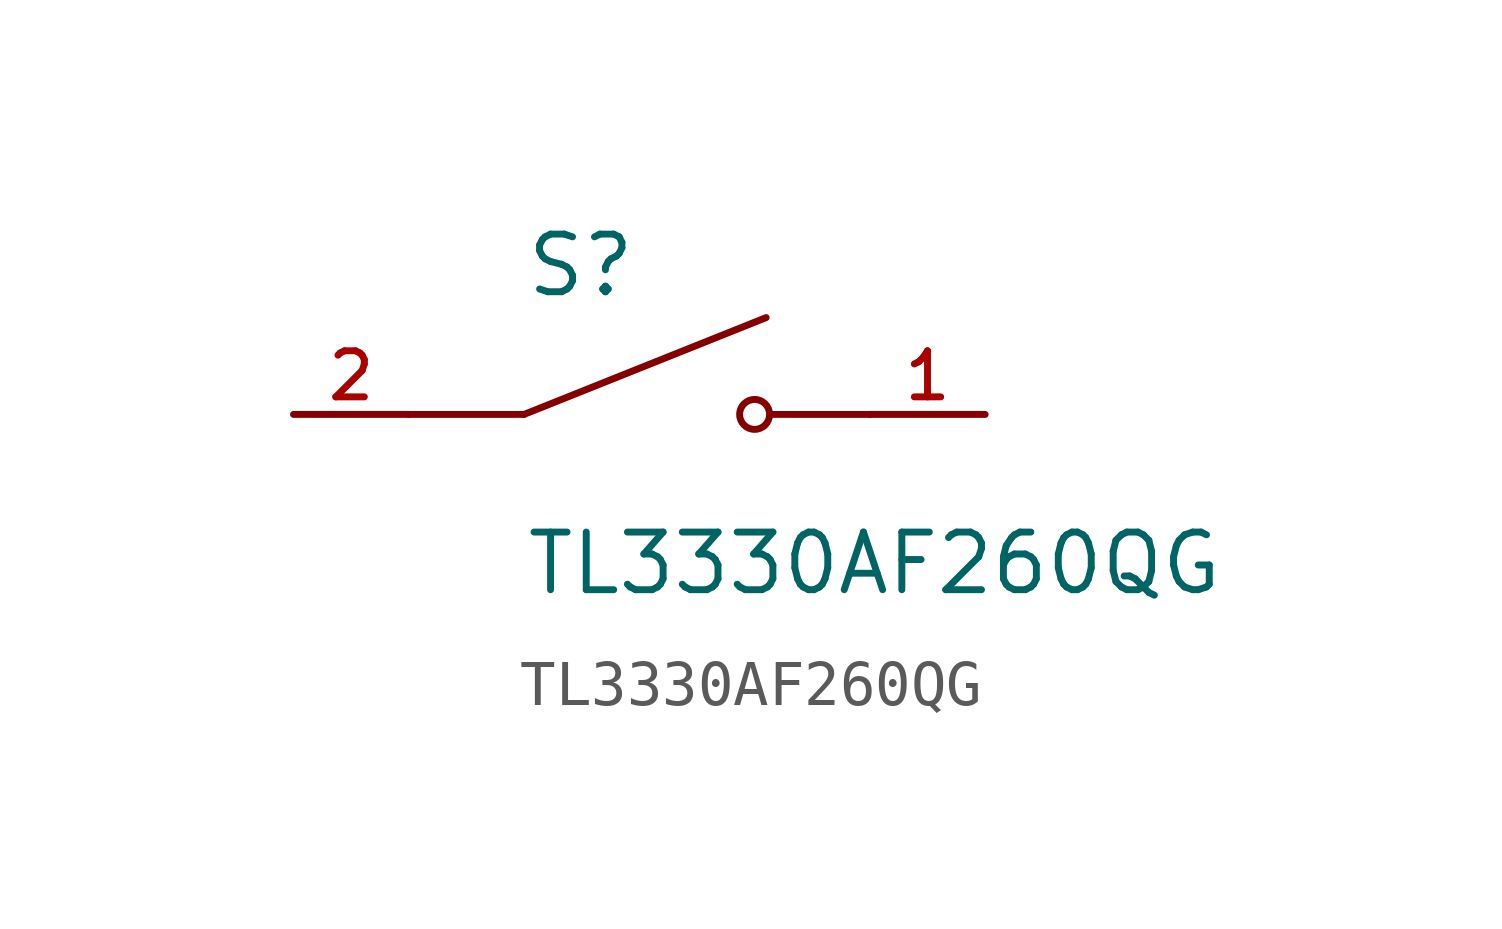
<source format=kicad_sym>
(kicad_symbol_lib
  (version 20211014)
  (generator kicad_symbol_editor)
  (symbol "TL3330AF260QG"
    (pin_names
      (offset 1.016))
    (property "Reference" "S"
      (at -2.54 2.54 0)
      (effects (font (size 1.27 1.27)) (justify bottom left)))
    (property "Value" "TL3330AF260QG"
      (at -2.54 -2.54 0)
      (effects (font (size 1.27 1.27)) (justify top left)))
    (symbol "TL3330AF260QG_0_0"
      (polyline (pts (xy -2.54 0.0) (xy 2.794 2.134)) (stroke (width 0.152)))
      (circle (center 2.54 0.0) (radius 0.33) (stroke (width 0.152)) (fill (type none)))
      (polyline (pts (xy 5.08 0.0) (xy 2.921 0.0)) (stroke (width 0.152)))
      (polyline (pts (xy -2.54 0.0) (xy -5.08 0.0)) (stroke (width 0.152)))
      (pin passive line (at 7.62 0.0 180.0) (length 2.54) (name "~" (effects (font (size 1.016 1.016)))) (number "1" (effects (font (size 1.016 1.016)))))
      (pin passive line (at -7.62 0.0 0) (length 2.54) (name "~" (effects (font (size 1.016 1.016)))) (number "2" (effects (font (size 1.016 1.016))))))))
</source>
